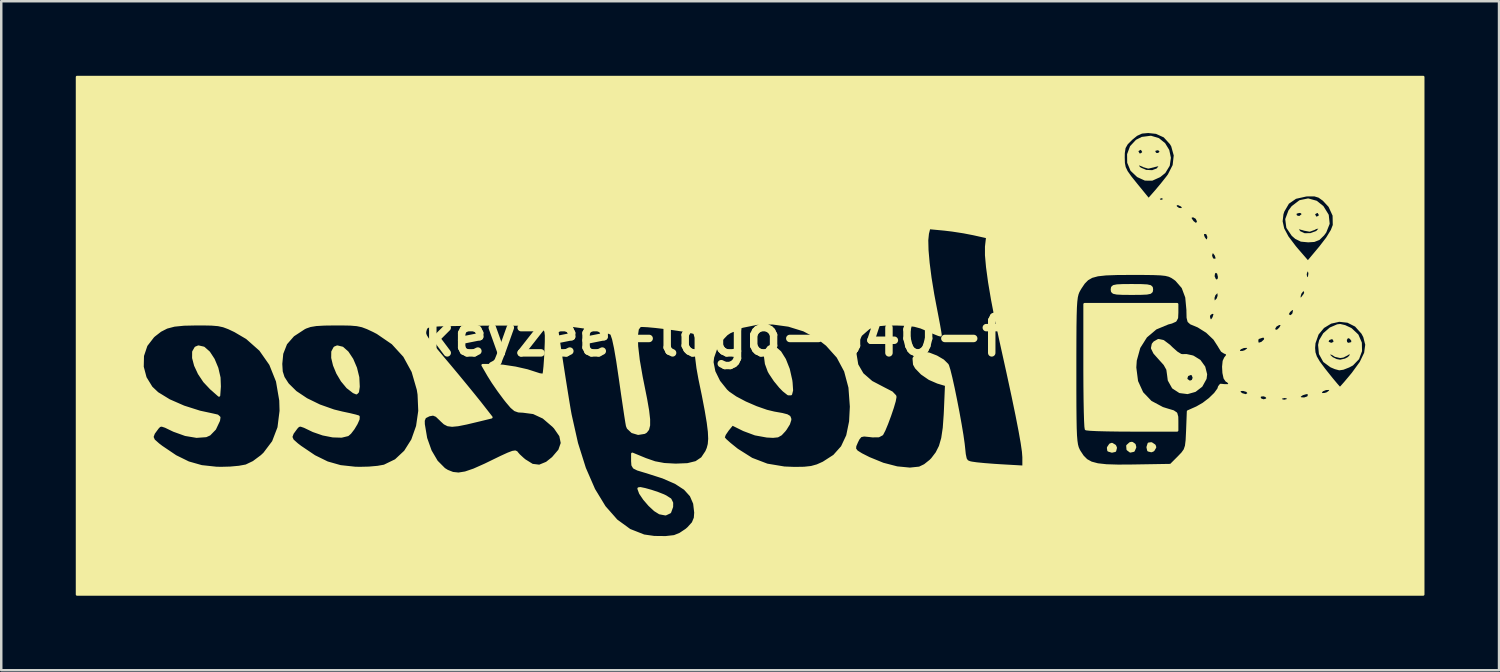
<source format=kicad_pcb>
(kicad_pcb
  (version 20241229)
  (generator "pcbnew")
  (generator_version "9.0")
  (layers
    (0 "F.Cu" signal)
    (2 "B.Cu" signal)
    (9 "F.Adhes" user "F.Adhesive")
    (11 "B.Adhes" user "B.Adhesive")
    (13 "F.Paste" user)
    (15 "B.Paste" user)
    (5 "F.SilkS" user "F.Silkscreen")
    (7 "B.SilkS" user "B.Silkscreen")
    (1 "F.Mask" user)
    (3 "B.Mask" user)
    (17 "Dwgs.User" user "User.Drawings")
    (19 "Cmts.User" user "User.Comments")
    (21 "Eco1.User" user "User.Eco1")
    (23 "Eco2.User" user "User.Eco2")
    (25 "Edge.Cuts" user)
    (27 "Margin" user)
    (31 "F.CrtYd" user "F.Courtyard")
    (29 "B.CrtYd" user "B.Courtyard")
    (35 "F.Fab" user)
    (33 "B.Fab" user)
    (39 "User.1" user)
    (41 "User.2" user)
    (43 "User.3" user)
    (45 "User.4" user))
  (footprint "keyzee-logo-640-flip"
    (layer "F.Cu")
    (at 27.143 10.464)
    (property "Reference" "keyzee-logo-640-flip" (at 0 0 0) (layer "F.SilkS") (effects (font (size 1.524 1.524) (thickness 0.3))))
    (attr through_hole)
    (fp_poly (pts (xy 14.716 4.508) (xy 14.686 4.629) (xy 14.563 4.657) (xy 14.424 4.614) (xy 14.409 4.508) (xy 14.493 4.383) (xy 14.563 4.36) (xy 14.682 4.431) (xy 14.716 4.508)) (stroke (width 0.1) (type solid)) (fill yes) (layer "F.SilkS"))
    (fp_poly (pts (xy 15.494 4.487) (xy 15.434 4.624) (xy 15.305 4.653) (xy 15.198 4.572) (xy 15.187 4.43) (xy 15.297 4.331) (xy 15.372 4.318) (xy 15.471 4.388) (xy 15.494 4.487)) (stroke (width 0.1) (type solid)) (fill yes) (layer "F.SilkS"))
    (fp_poly (pts (xy 16.298 4.487) (xy 16.228 4.607) (xy 16.15 4.641) (xy 16.03 4.611) (xy 16.002 4.487) (xy 16.045 4.348) (xy 16.15 4.334) (xy 16.276 4.418) (xy 16.298 4.487)) (stroke (width 0.1) (type solid)) (fill yes) (layer "F.SilkS"))
    (fp_poly (pts (xy -21.352 2.044) (xy -21.378 2.404) (xy -21.701 2.12) (xy -21.968 1.836) (xy -22.181 1.517) (xy -22.332 1.193) (xy -22.411 0.893) (xy -22.409 0.647) (xy -22.317 0.485) (xy -22.205 0.439) (xy -21.993 0.488) (xy -21.785 0.672) (xy -21.599 0.956) (xy -21.453 1.306) (xy -21.365 1.688) (xy -21.352 2.044)) (stroke (width 0.1) (type solid)) (fill yes) (layer "F.SilkS"))
    (fp_poly (pts (xy -15.762 2.043) (xy -15.764 2.067) (xy -15.792 2.257) (xy -15.848 2.311) (xy -15.959 2.265) (xy -16.207 2.073) (xy -16.428 1.808) (xy -16.61 1.501) (xy -16.741 1.184) (xy -16.812 0.888) (xy -16.809 0.644) (xy -16.723 0.483) (xy -16.617 0.439) (xy -16.411 0.489) (xy -16.206 0.672) (xy -16.02 0.954) (xy -15.872 1.3) (xy -15.78 1.675) (xy -15.762 2.043)) (stroke (width 0.1) (type solid)) (fill yes) (layer "F.SilkS"))
    (fp_poly (pts (xy -3.147 6.727) (xy -3.149 6.884) (xy -3.228 7.102) (xy -3.404 7.184) (xy -3.641 7.139) (xy -3.833 7.019) (xy -4.054 6.814) (xy -4.263 6.571) (xy -4.421 6.337) (xy -4.487 6.158) (xy -4.487 6.15) (xy -4.416 6.141) (xy -4.233 6.179) (xy -3.986 6.248) (xy -3.722 6.336) (xy -3.488 6.428) (xy -3.403 6.469) (xy -3.215 6.589) (xy -3.147 6.727)) (stroke (width 0.1) (type solid)) (fill yes) (layer "F.SilkS"))
    (fp_poly (pts (xy 1.68 2.197) (xy 1.641 2.348) (xy 1.534 2.348) (xy 1.349 2.202) (xy 1.214 2.065) (xy 0.996 1.8) (xy 0.801 1.508) (xy 0.754 1.424) (xy 0.644 1.125) (xy 0.606 0.834) (xy 0.639 0.596) (xy 0.742 0.455) (xy 0.789 0.438) (xy 1 0.479) (xy 1.207 0.661) (xy 1.394 0.96) (xy 1.547 1.347) (xy 1.648 1.796) (xy 1.66 1.891) (xy 1.68 2.197)) (stroke (width 0.1) (type solid)) (fill yes) (layer "F.SilkS"))
    (fp_poly (pts (xy 16.171 -1.863) (xy 16.159 -1.784) (xy 16.102 -1.734) (xy 15.968 -1.707) (xy 15.726 -1.696) (xy 15.367 -1.693) (xy 14.993 -1.696) (xy 14.757 -1.708) (xy 14.628 -1.736) (xy 14.573 -1.787) (xy 14.563 -1.863) (xy 14.575 -1.941) (xy 14.632 -1.991) (xy 14.766 -2.018) (xy 15.008 -2.03) (xy 15.367 -2.032) (xy 15.741 -2.029) (xy 15.977 -2.017) (xy 16.106 -1.989) (xy 16.161 -1.938) (xy 16.171 -1.863)) (stroke (width 0.1) (type solid)) (fill yes) (layer "F.SilkS"))
    (fp_poly (pts (xy 17.187 3.81) (xy 15.381 3.81) (xy 14.844 3.807) (xy 14.366 3.8) (xy 13.971 3.79) (xy 13.685 3.776) (xy 13.535 3.76) (xy 13.518 3.754) (xy 13.504 3.658) (xy 13.491 3.414) (xy 13.48 3.044) (xy 13.471 2.57) (xy 13.465 2.012) (xy 13.462 1.393) (xy 13.462 1.214) (xy 13.462 -1.27) (xy 15.325 -1.27) (xy 17.187 -1.27) (xy 17.187 -0.933) (xy 17.177 -0.722) (xy 17.117 -0.609) (xy 16.963 -0.54) (xy 16.817 -0.502) (xy 16.324 -0.297) (xy 15.933 0.034) (xy 15.657 0.471) (xy 15.513 0.993) (xy 15.494 1.28) (xy 15.566 1.838) (xy 15.777 2.301) (xy 16.122 2.662) (xy 16.596 2.916) (xy 16.794 2.978) (xy 17.03 3.048) (xy 17.146 3.127) (xy 17.184 3.267) (xy 17.187 3.447) (xy 17.187 3.81)) (stroke (width 0.1) (type solid)) (fill yes) (layer "F.SilkS"))
    (fp_poly (pts (xy 18.345 1.554) (xy 18.324 1.721) (xy 18.161 2.017) (xy 17.906 2.213) (xy 17.865 2.225) (xy 17.865 1.693) (xy 17.814 1.556) (xy 17.743 1.524) (xy 17.594 1.583) (xy 17.546 1.714) (xy 17.568 1.778) (xy 17.691 1.862) (xy 17.816 1.819) (xy 17.865 1.693) (xy 17.865 2.225) (xy 17.604 2.298) (xy 17.296 2.259) (xy 17.028 2.085) (xy 17.024 2.081) (xy 16.859 1.786) (xy 16.832 1.575) (xy 16.801 1.352) (xy 16.686 1.147) (xy 16.502 0.943) (xy 16.276 0.689) (xy 16.183 0.499) (xy 16.213 0.345) (xy 16.273 0.271) (xy 16.435 0.179) (xy 16.626 0.22) (xy 16.866 0.4) (xy 16.969 0.501) (xy 17.168 0.678) (xy 17.334 0.78) (xy 17.406 0.79) (xy 17.556 0.786) (xy 17.78 0.834) (xy 17.827 0.848) (xy 18.088 1.009) (xy 18.272 1.263) (xy 18.345 1.554)) (stroke (width 0.1) (type solid)) (fill yes) (layer "F.SilkS"))
    (fp_poly (pts (xy 16.886 -7.162) (xy 16.842 -6.86) (xy 16.674 -6.585) (xy 16.536 -6.473) (xy 16.536 -7.407) (xy 16.481 -7.491) (xy 16.404 -7.519) (xy 16.278 -7.486) (xy 16.256 -7.408) (xy 16.315 -7.313) (xy 16.434 -7.304) (xy 16.527 -7.381) (xy 16.536 -7.407) (xy 16.536 -6.473) (xy 16.505 -6.448) (xy 16.505 -6.836) (xy 16.458 -6.882) (xy 16.275 -6.839) (xy 16.254 -6.831) (xy 16.027 -6.778) (xy 15.847 -6.83) (xy 15.833 -6.839) (xy 15.833 -7.408) (xy 15.765 -7.521) (xy 15.706 -7.535) (xy 15.593 -7.468) (xy 15.579 -7.408) (xy 15.646 -7.296) (xy 15.706 -7.281) (xy 15.818 -7.349) (xy 15.833 -7.408) (xy 15.833 -6.839) (xy 15.823 -6.845) (xy 15.657 -6.911) (xy 15.586 -6.878) (xy 15.638 -6.777) (xy 15.701 -6.724) (xy 15.933 -6.626) (xy 16.189 -6.614) (xy 16.392 -6.691) (xy 16.408 -6.706) (xy 16.505 -6.836) (xy 16.505 -6.448) (xy 16.48 -6.428) (xy 16.176 -6.291) (xy 15.901 -6.294) (xy 15.607 -6.429) (xy 15.353 -6.67) (xy 15.227 -6.973) (xy 15.223 -7.299) (xy 15.336 -7.604) (xy 15.563 -7.847) (xy 15.78 -7.955) (xy 16.129 -8) (xy 16.429 -7.91) (xy 16.665 -7.719) (xy 16.823 -7.459) (xy 16.886 -7.162)) (stroke (width 0.1) (type solid)) (fill yes) (layer "F.SilkS"))
    (fp_poly (pts (xy 23.277 -4.514) (xy 23.145 -4.179) (xy 23.064 -4.07) (xy 22.945 -3.953) (xy 22.945 -4.868) (xy 22.877 -4.981) (xy 22.818 -4.995) (xy 22.705 -4.928) (xy 22.691 -4.868) (xy 22.758 -4.756) (xy 22.818 -4.741) (xy 22.93 -4.809) (xy 22.945 -4.868) (xy 22.945 -3.953) (xy 22.933 -3.942) (xy 22.933 -4.304) (xy 22.907 -4.368) (xy 22.776 -4.345) (xy 22.701 -4.305) (xy 22.52 -4.239) (xy 22.305 -4.278) (xy 22.269 -4.291) (xy 22.248 -4.297) (xy 22.248 -4.895) (xy 22.206 -4.975) (xy 22.105 -4.995) (xy 21.953 -4.954) (xy 21.944 -4.851) (xy 21.987 -4.796) (xy 22.113 -4.764) (xy 22.229 -4.853) (xy 22.248 -4.895) (xy 22.248 -4.297) (xy 22.075 -4.342) (xy 22.017 -4.303) (xy 22.102 -4.179) (xy 22.115 -4.166) (xy 22.306 -4.078) (xy 22.56 -4.08) (xy 22.799 -4.168) (xy 22.823 -4.184) (xy 22.933 -4.304) (xy 22.933 -3.942) (xy 22.89 -3.9) (xy 22.7 -3.825) (xy 22.465 -3.81) (xy 22.179 -3.837) (xy 21.969 -3.941) (xy 21.837 -4.057) (xy 21.631 -4.363) (xy 21.589 -4.689) (xy 21.713 -5.021) (xy 21.835 -5.183) (xy 22.133 -5.409) (xy 22.46 -5.477) (xy 22.785 -5.387) (xy 23.038 -5.183) (xy 23.241 -4.853) (xy 23.277 -4.514)) (stroke (width 0.1) (type solid)) (fill yes) (layer "F.SilkS"))
    (fp_poly (pts (xy 24.58 0.61) (xy 24.467 0.914) (xy 24.248 1.141) (xy 24.248 0.185) (xy 24.166 0.08) (xy 24.06 0.039) (xy 24.036 0.048) (xy 23.965 0.16) (xy 23.985 0.286) (xy 24.074 0.339) (xy 24.217 0.302) (xy 24.242 0.283) (xy 24.248 0.185) (xy 24.248 1.141) (xy 24.235 1.155) (xy 24.194 1.177) (xy 24.194 0.782) (xy 24.192 0.711) (xy 24.087 0.704) (xy 24.027 0.746) (xy 23.863 0.83) (xy 23.749 0.847) (xy 23.555 0.802) (xy 23.537 0.79) (xy 23.537 0.212) (xy 23.472 0.099) (xy 23.415 0.085) (xy 23.277 0.132) (xy 23.23 0.232) (xy 23.257 0.285) (xy 23.392 0.34) (xy 23.51 0.289) (xy 23.537 0.212) (xy 23.537 0.79) (xy 23.471 0.746) (xy 23.353 0.692) (xy 23.306 0.711) (xy 23.309 0.8) (xy 23.422 0.904) (xy 23.593 0.987) (xy 23.749 1.016) (xy 23.962 0.966) (xy 24.093 0.896) (xy 24.194 0.782) (xy 24.194 1.177) (xy 24.093 1.231) (xy 23.868 1.319) (xy 23.716 1.341) (xy 23.552 1.297) (xy 23.386 1.227) (xy 23.108 1.022) (xy 22.943 0.721) (xy 22.911 0.372) (xy 22.949 0.198) (xy 23.107 -0.069) (xy 23.358 -0.288) (xy 23.642 -0.411) (xy 23.749 -0.423) (xy 23.934 -0.38) (xy 24.16 -0.275) (xy 24.185 -0.26) (xy 24.441 -0.019) (xy 24.572 0.285) (xy 24.58 0.61)) (stroke (width 0.1) (type solid)) (fill yes) (layer "F.SilkS"))
    (fp_poly (pts (xy 27.093 10.414) (xy 24.809 10.414) (xy 24.809 0.358) (xy 24.726 0.035) (xy 24.648 -0.111) (xy 24.381 -0.41) (xy 24.058 -0.573) (xy 23.71 -0.612) (xy 23.502 -0.564) (xy 23.502 -4.45) (xy 23.494 -4.846) (xy 23.325 -5.215) (xy 23.086 -5.472) (xy 22.903 -5.603) (xy 22.721 -5.659) (xy 22.466 -5.66) (xy 22.376 -5.654) (xy 21.952 -5.559) (xy 21.649 -5.35) (xy 21.455 -5.017) (xy 21.417 -4.898) (xy 21.383 -4.605) (xy 21.448 -4.306) (xy 21.626 -3.971) (xy 21.926 -3.574) (xy 22.02 -3.463) (xy 22.451 -2.966) (xy 22.949 -3.561) (xy 23.227 -3.923) (xy 23.419 -4.236) (xy 23.502 -4.45) (xy 23.502 -0.564) (xy 23.369 -0.535) (xy 23.067 -0.352) (xy 22.836 -0.074) (xy 22.707 0.291) (xy 22.691 0.491) (xy 22.706 0.676) (xy 22.765 0.854) (xy 22.889 1.065) (xy 23.099 1.348) (xy 23.2 1.476) (xy 23.42 1.75) (xy 23.6 1.965) (xy 23.714 2.094) (xy 23.74 2.117) (xy 23.804 2.056) (xy 23.949 1.892) (xy 24.148 1.656) (xy 24.258 1.523) (xy 24.581 1.079) (xy 24.763 0.699) (xy 24.809 0.358) (xy 24.809 10.414) (xy 23.368 10.414) (xy 23.368 2.186) (xy 23.305 2.13) (xy 23.167 2.138) (xy 23.028 2.194) (xy 22.965 2.265) (xy 22.986 2.358) (xy 23.135 2.352) (xy 23.234 2.319) (xy 23.35 2.233) (xy 23.368 2.186) (xy 23.368 10.414) (xy 22.521 10.414) (xy 22.521 -2.503) (xy 22.494 -2.647) (xy 22.437 -2.667) (xy 22.366 -2.548) (xy 22.352 -2.45) (xy 22.388 -2.315) (xy 22.437 -2.286) (xy 22.5 -2.359) (xy 22.521 -2.503) (xy 22.521 10.414) (xy 22.506 10.414) (xy 22.506 2.336) (xy 22.494 2.315) (xy 22.383 2.299) (xy 22.352 2.309) (xy 22.352 -1.753) (xy 22.314 -1.848) (xy 22.23 -1.828) (xy 22.146 -1.72) (xy 22.111 -1.606) (xy 22.104 -1.469) (xy 22.162 -1.475) (xy 22.217 -1.517) (xy 22.329 -1.665) (xy 22.352 -1.753) (xy 22.352 2.309) (xy 22.226 2.347) (xy 22.112 2.426) (xy 22.098 2.461) (xy 22.164 2.526) (xy 22.306 2.535) (xy 22.444 2.488) (xy 22.482 2.45) (xy 22.506 2.336) (xy 22.506 10.414) (xy 21.904 10.414) (xy 21.904 -1.041) (xy 21.89 -1.083) (xy 21.801 -1.078) (xy 21.694 -0.988) (xy 21.632 -0.879) (xy 21.638 -0.837) (xy 21.746 -0.765) (xy 21.853 -0.846) (xy 21.879 -0.901) (xy 21.904 -1.041) (xy 21.904 10.414) (xy 21.675 10.414) (xy 21.675 2.54) (xy 21.604 2.471) (xy 21.505 2.455) (xy 21.407 2.481) (xy 21.407 -0.422) (xy 21.403 -0.47) (xy 21.29 -0.485) (xy 21.156 -0.412) (xy 21.083 -0.3) (xy 21.082 -0.287) (xy 21.127 -0.18) (xy 21.241 -0.206) (xy 21.338 -0.298) (xy 21.407 -0.422) (xy 21.407 2.481) (xy 21.368 2.491) (xy 21.336 2.54) (xy 21.407 2.609) (xy 21.505 2.625) (xy 21.643 2.589) (xy 21.675 2.54) (xy 21.675 10.414) (xy 20.836 10.414) (xy 20.836 2.498) (xy 20.763 2.418) (xy 20.743 2.412) (xy 20.743 0.109) (xy 20.689 0.021) (xy 20.609 0.033) (xy 20.474 0.078) (xy 20.44 0.085) (xy 20.409 0.154) (xy 20.405 0.212) (xy 20.421 0.319) (xy 20.504 0.324) (xy 20.609 0.287) (xy 20.726 0.177) (xy 20.743 0.109) (xy 20.743 2.412) (xy 20.662 2.386) (xy 20.515 2.406) (xy 20.5 2.505) (xy 20.549 2.571) (xy 20.672 2.611) (xy 20.797 2.569) (xy 20.836 2.498) (xy 20.836 10.414) (xy 20.066 10.414) (xy 20.066 2.291) (xy 20.066 0.493) (xy 20.003 0.437) (xy 19.865 0.444) (xy 19.726 0.501) (xy 19.663 0.572) (xy 19.684 0.665) (xy 19.833 0.659) (xy 19.932 0.626) (xy 20.048 0.54) (xy 20.066 0.493) (xy 20.066 2.291) (xy 19.997 2.214) (xy 19.849 2.17) (xy 19.714 2.179) (xy 19.683 2.204) (xy 19.709 2.297) (xy 19.787 2.358) (xy 19.96 2.406) (xy 20.058 2.34) (xy 20.066 2.291) (xy 20.066 10.414) (xy 19.308 10.414) (xy 19.308 1.925) (xy 19.226 1.831) (xy 19.177 1.809) (xy 19.104 1.702) (xy 19.059 1.493) (xy 19.046 1.246) (xy 19.068 1.024) (xy 19.128 0.894) (xy 19.135 0.889) (xy 19.216 0.782) (xy 19.17 0.692) (xy 19.103 0.677) (xy 18.993 0.607) (xy 18.886 0.435) (xy 18.881 0.423) (xy 18.881 -2.366) (xy 18.842 -2.528) (xy 18.796 -2.562) (xy 18.796 -3.083) (xy 18.77 -3.183) (xy 18.745 -3.253) (xy 18.653 -3.376) (xy 18.569 -3.346) (xy 18.542 -3.217) (xy 18.595 -3.079) (xy 18.669 -3.048) (xy 18.782 -3.067) (xy 18.796 -3.083) (xy 18.796 -2.562) (xy 18.754 -2.594) (xy 18.667 -2.537) (xy 18.644 -2.389) (xy 18.705 -2.249) (xy 18.793 -2.201) (xy 18.865 -2.272) (xy 18.881 -2.366) (xy 18.881 0.423) (xy 18.881 0.423) (xy 18.867 0.401) (xy 18.867 -1.604) (xy 18.856 -1.747) (xy 18.782 -1.76) (xy 18.682 -1.655) (xy 18.641 -1.529) (xy 18.652 -1.385) (xy 18.725 -1.373) (xy 18.826 -1.478) (xy 18.867 -1.604) (xy 18.867 0.401) (xy 18.706 0.152) (xy 18.706 -0.877) (xy 18.662 -0.927) (xy 18.584 -0.931) (xy 18.481 -0.861) (xy 18.457 -0.762) (xy 18.457 -3.979) (xy 18.404 -4.117) (xy 18.33 -4.149) (xy 18.223 -4.133) (xy 18.218 -4.049) (xy 18.255 -3.944) (xy 18.346 -3.821) (xy 18.43 -3.851) (xy 18.457 -3.979) (xy 18.457 -0.762) (xy 18.499 -0.616) (xy 18.588 -0.616) (xy 18.66 -0.727) (xy 18.706 -0.877) (xy 18.706 0.152) (xy 18.688 0.125) (xy 18.388 -0.16) (xy 18.038 -0.38) (xy 18.034 -0.382) (xy 18.034 -4.617) (xy 17.973 -4.743) (xy 17.843 -4.818) (xy 17.723 -4.798) (xy 17.722 -4.796) (xy 17.726 -4.703) (xy 17.812 -4.579) (xy 17.925 -4.494) (xy 17.96 -4.487) (xy 18.025 -4.556) (xy 18.034 -4.617) (xy 18.034 -0.382) (xy 17.913 -0.433) (xy 17.744 -0.502) (xy 17.653 -0.584) (xy 17.617 -0.73) (xy 17.611 -0.988) (xy 17.611 -1.036) (xy 17.563 -1.551) (xy 17.441 -1.877) (xy 17.441 -5.156) (xy 17.375 -5.242) (xy 17.239 -5.306) (xy 17.129 -5.303) (xy 17.124 -5.299) (xy 17.124 -5.204) (xy 17.142 -5.17) (xy 17.248 -5.095) (xy 17.376 -5.087) (xy 17.441 -5.152) (xy 17.441 -5.156) (xy 17.441 -1.877) (xy 17.415 -1.946) (xy 17.157 -2.244) (xy 17.101 -2.287) (xy 17.101 -7.259) (xy 16.996 -7.642) (xy 16.938 -7.741) (xy 16.679 -8.025) (xy 16.35 -8.175) (xy 16.022 -8.21) (xy 15.761 -8.186) (xy 15.548 -8.089) (xy 15.345 -7.923) (xy 15.158 -7.735) (xy 15.064 -7.57) (xy 15.031 -7.353) (xy 15.028 -7.175) (xy 15.035 -6.951) (xy 15.069 -6.775) (xy 15.151 -6.602) (xy 15.302 -6.388) (xy 15.534 -6.099) (xy 16.039 -5.481) (xy 16.328 -5.81) (xy 16.56 -6.086) (xy 16.793 -6.38) (xy 16.859 -6.469) (xy 17.055 -6.855) (xy 17.101 -7.259) (xy 17.101 -2.287) (xy 17.091 -2.295) (xy 16.98 -2.369) (xy 16.867 -2.422) (xy 16.723 -2.458) (xy 16.679 -2.463) (xy 16.679 -5.503) (xy 16.611 -5.578) (xy 16.552 -5.588) (xy 16.44 -5.542) (xy 16.425 -5.503) (xy 16.494 -5.428) (xy 16.552 -5.419) (xy 16.665 -5.464) (xy 16.679 -5.503) (xy 16.679 -2.463) (xy 16.52 -2.48) (xy 16.23 -2.492) (xy 15.824 -2.497) (xy 15.352 -2.498) (xy 14.765 -2.494) (xy 14.32 -2.478) (xy 13.991 -2.442) (xy 13.751 -2.377) (xy 13.572 -2.274) (xy 13.428 -2.127) (xy 13.293 -1.926) (xy 13.25 -1.854) (xy 13.205 -1.77) (xy 13.169 -1.674) (xy 13.14 -1.549) (xy 13.119 -1.376) (xy 13.103 -1.137) (xy 13.093 -0.814) (xy 13.086 -0.388) (xy 13.083 0.158) (xy 13.081 0.843) (xy 13.081 1.397) (xy 13.081 2.186) (xy 13.083 2.824) (xy 13.088 3.33) (xy 13.095 3.72) (xy 13.107 4.015) (xy 13.125 4.231) (xy 13.148 4.387) (xy 13.179 4.502) (xy 13.219 4.594) (xy 13.253 4.657) (xy 13.386 4.857) (xy 13.536 5.008) (xy 13.729 5.114) (xy 13.989 5.183) (xy 14.342 5.222) (xy 14.812 5.236) (xy 15.424 5.232) (xy 15.472 5.231) (xy 16.931 5.207) (xy 17.25 4.888) (xy 17.401 4.73) (xy 17.497 4.595) (xy 17.551 4.435) (xy 17.579 4.205) (xy 17.596 3.857) (xy 17.598 3.809) (xy 17.627 3.048) (xy 17.979 2.892) (xy 18.238 2.744) (xy 18.498 2.546) (xy 18.716 2.334) (xy 18.854 2.145) (xy 18.881 2.057) (xy 18.94 1.982) (xy 19.092 1.997) (xy 19.256 1.997) (xy 19.308 1.925) (xy 19.308 10.414) (xy 11.007 10.414) (xy 11.007 5.275) (xy 11.007 4.887) (xy 10.99 4.663) (xy 10.939 4.311) (xy 10.853 3.825) (xy 10.731 3.199) (xy 10.571 2.427) (xy 10.372 1.505) (xy 10.133 0.425) (xy 10.086 0.212) (xy 9.9 -0.653) (xy 9.747 -1.449) (xy 9.627 -2.159) (xy 9.545 -2.764) (xy 9.502 -3.244) (xy 9.502 -3.583) (xy 9.505 -3.611) (xy 9.546 -3.971) (xy 8.985 -4.096) (xy 8.587 -4.173) (xy 8.134 -4.243) (xy 7.815 -4.281) (xy 7.205 -4.339) (xy 7.148 -4.112) (xy 7.121 -3.846) (xy 7.131 -3.443) (xy 7.176 -2.929) (xy 7.253 -2.33) (xy 7.36 -1.673) (xy 7.444 -1.228) (xy 7.526 -0.803) (xy 7.594 -0.443) (xy 7.641 -0.177) (xy 7.662 -0.035) (xy 7.662 -0.02) (xy 7.584 -0.041) (xy 7.394 -0.117) (xy 7.146 -0.227) (xy 6.872 -0.341) (xy 6.619 -0.41) (xy 6.329 -0.446) (xy 5.941 -0.46) (xy 5.842 -0.461) (xy 5.426 -0.456) (xy 5.136 -0.431) (xy 4.929 -0.381) (xy 4.774 -0.306) (xy 4.458 -0.03) (xy 4.28 0.339) (xy 4.233 0.735) (xy 4.304 1.17) (xy 4.52 1.543) (xy 4.887 1.863) (xy 5.397 2.13) (xy 5.7 2.286) (xy 5.835 2.427) (xy 5.842 2.466) (xy 5.812 2.629) (xy 5.734 2.895) (xy 5.626 3.213) (xy 5.508 3.531) (xy 5.398 3.796) (xy 5.314 3.958) (xy 5.307 3.967) (xy 5.173 4.038) (xy 4.923 4.041) (xy 4.825 4.029) (xy 4.584 4.005) (xy 4.448 4.035) (xy 4.357 4.146) (xy 4.296 4.268) (xy 4.224 4.436) (xy 4.215 4.556) (xy 4.292 4.659) (xy 4.478 4.775) (xy 4.784 4.93) (xy 5.35 5.161) (xy 5.913 5.307) (xy 6.43 5.357) (xy 6.816 5.317) (xy 7.03 5.214) (xy 7.26 5.031) (xy 7.33 4.959) (xy 7.513 4.718) (xy 7.647 4.452) (xy 7.741 4.127) (xy 7.803 3.71) (xy 7.842 3.166) (xy 7.85 3.001) (xy 7.893 1.98) (xy 7.549 1.877) (xy 7.216 1.732) (xy 6.91 1.521) (xy 6.682 1.285) (xy 6.606 1.15) (xy 6.586 0.912) (xy 6.703 0.742) (xy 6.924 0.679) (xy 7.202 0.726) (xy 7.502 0.843) (xy 7.767 0.999) (xy 7.937 1.166) (xy 7.957 1.202) (xy 8.014 1.386) (xy 8.092 1.7) (xy 8.183 2.11) (xy 8.279 2.58) (xy 8.375 3.074) (xy 8.462 3.557) (xy 8.535 3.991) (xy 8.585 4.342) (xy 8.598 4.458) (xy 8.631 4.772) (xy 8.67 4.957) (xy 8.732 5.052) (xy 8.838 5.098) (xy 8.921 5.116) (xy 9.116 5.144) (xy 9.431 5.175) (xy 9.817 5.205) (xy 10.097 5.223) (xy 11.007 5.275) (xy 11.007 10.414) (xy 4.064 10.414) (xy 4.064 2.854) (xy 4.007 2.081) (xy 3.831 1.419) (xy 3.528 0.852) (xy 3.09 0.364) (xy 2.706 0.066) (xy 2.162 -0.224) (xy 1.549 -0.414) (xy 0.907 -0.502) (xy 0.273 -0.487) (xy -0.317 -0.368) (xy -0.823 -0.143) (xy -0.946 -0.06) (xy -1.179 0.185) (xy -1.376 0.52) (xy -1.499 0.871) (xy -1.522 1.064) (xy -1.448 1.444) (xy -1.252 1.842) (xy -0.964 2.202) (xy -0.867 2.291) (xy -0.583 2.486) (xy -0.193 2.692) (xy 0.243 2.881) (xy 0.666 3.029) (xy 0.96 3.1) (xy 1.288 3.158) (xy 1.482 3.208) (xy 1.577 3.265) (xy 1.607 3.343) (xy 1.609 3.382) (xy 1.556 3.547) (xy 1.426 3.756) (xy 1.382 3.813) (xy 1.24 3.966) (xy 1.108 4.041) (xy 0.922 4.06) (xy 0.674 4.047) (xy 0.205 3.962) (xy -0.254 3.791) (xy -0.263 3.787) (xy -0.718 3.562) (xy -0.906 3.792) (xy -1.026 3.968) (xy -1.072 4.096) (xy -1.071 4.106) (xy -0.996 4.195) (xy -0.82 4.352) (xy -0.577 4.548) (xy -0.522 4.591) (xy 0.062 4.96) (xy 0.682 5.197) (xy 1.378 5.313) (xy 1.783 5.329) (xy 2.175 5.323) (xy 2.46 5.292) (xy 2.701 5.225) (xy 2.949 5.114) (xy 3.383 4.834) (xy 3.702 4.477) (xy 3.916 4.022) (xy 4.033 3.453) (xy 4.064 2.854) (xy 4.064 10.414) (xy 0 10.414) (xy -1.638 10.414) (xy -1.638 4.147) (xy -1.651 3.863) (xy -1.697 3.491) (xy -1.777 3.011) (xy -1.893 2.405) (xy -2.032 1.736) (xy -2.111 1.296) (xy -2.165 0.864) (xy -2.187 0.505) (xy -2.185 0.403) (xy -2.186 0.074) (xy -2.232 -0.097) (xy -2.264 -0.123) (xy -2.431 -0.166) (xy -2.712 -0.217) (xy -3.064 -0.27) (xy -3.446 -0.321) (xy -3.816 -0.364) (xy -4.133 -0.393) (xy -4.355 -0.404) (xy -4.433 -0.397) (xy -4.528 -0.272) (xy -4.569 0.006) (xy -4.556 0.427) (xy -4.491 0.983) (xy -4.372 1.667) (xy -4.317 1.94) (xy -4.195 2.551) (xy -4.114 3.018) (xy -4.075 3.363) (xy -4.075 3.605) (xy -4.115 3.765) (xy -4.193 3.864) (xy -4.257 3.902) (xy -4.505 3.942) (xy -4.746 3.87) (xy -4.915 3.71) (xy -4.95 3.622) (xy -4.975 3.482) (xy -5.019 3.202) (xy -5.077 2.812) (xy -5.147 2.34) (xy -5.222 1.815) (xy -5.238 1.705) (xy -5.34 1.015) (xy -5.43 0.492) (xy -5.507 0.135) (xy -5.572 -0.057) (xy -5.598 -0.091) (xy -5.758 -0.154) (xy -6.024 -0.221) (xy -6.359 -0.287) (xy -6.726 -0.347) (xy -7.089 -0.396) (xy -7.41 -0.428) (xy -7.652 -0.438) (xy -7.779 -0.42) (xy -7.789 -0.406) (xy -7.777 -0.29) (xy -7.742 -0.038) (xy -7.689 0.319) (xy -7.624 0.751) (xy -7.551 1.227) (xy -7.475 1.716) (xy -7.4 2.187) (xy -7.332 2.609) (xy -7.275 2.952) (xy -7.235 3.175) (xy -6.976 4.33) (xy -6.659 5.336) (xy -6.287 6.191) (xy -5.861 6.891) (xy -5.381 7.436) (xy -4.85 7.823) (xy -4.276 8.049) (xy -3.862 8.108) (xy -3.4 8.113) (xy -3.052 8.074) (xy -2.821 7.981) (xy -2.569 7.814) (xy -2.491 7.746) (xy -2.301 7.537) (xy -2.217 7.335) (xy -2.201 7.119) (xy -2.244 6.748) (xy -2.381 6.432) (xy -2.628 6.159) (xy -2.999 5.918) (xy -3.508 5.696) (xy -4.171 5.483) (xy -4.255 5.459) (xy -4.525 5.377) (xy -4.671 5.304) (xy -4.73 5.206) (xy -4.741 5.05) (xy -4.741 5.038) (xy -4.741 4.753) (xy -4.212 4.971) (xy -3.835 5.102) (xy -3.459 5.172) (xy -3.002 5.197) (xy -2.992 5.197) (xy -2.518 5.178) (xy -2.175 5.094) (xy -1.931 4.929) (xy -1.757 4.668) (xy -1.699 4.532) (xy -1.655 4.364) (xy -1.638 4.147) (xy -1.638 10.414) (xy -7.572 10.414) (xy -7.572 4.32) (xy -7.633 4.022) (xy -7.856 3.7) (xy -7.921 3.631) (xy -8.317 3.291) (xy -8.721 3.103) (xy -9.141 3.048) (xy -9.323 3.038) (xy -9.464 2.988) (xy -9.605 2.869) (xy -9.788 2.654) (xy -9.885 2.531) (xy -10.124 2.209) (xy -10.357 1.871) (xy -10.527 1.6) (xy -10.767 1.185) (xy -10.394 1.185) (xy -9.949 1.214) (xy -9.447 1.29) (xy -8.971 1.398) (xy -8.689 1.489) (xy -8.475 1.558) (xy -8.335 1.577) (xy -8.315 1.57) (xy -8.293 1.472) (xy -8.268 1.241) (xy -8.245 0.917) (xy -8.23 0.644) (xy -8.215 0.249) (xy -8.213 -0.011) (xy -8.231 -0.169) (xy -8.274 -0.261) (xy -8.348 -0.32) (xy -8.389 -0.342) (xy -8.505 -0.383) (xy -8.691 -0.415) (xy -8.964 -0.438) (xy -9.338 -0.452) (xy -9.829 -0.459) (xy -10.452 -0.458) (xy -11.222 -0.45) (xy -11.611 -0.445) (xy -12.129 -0.436) (xy -12.502 -0.426) (xy -12.756 -0.411) (xy -12.915 -0.387) (xy -13.003 -0.35) (xy -13.047 -0.298) (xy -13.068 -0.234) (xy -13.087 -0.157) (xy -13.088 -0.086) (xy -13.058 -0.000098) (xy -12.983 0.121) (xy -12.851 0.297) (xy -12.646 0.55) (xy -12.355 0.898) (xy -12.103 1.197) (xy -11.77 1.596) (xy -11.433 2.005) (xy -11.127 2.38) (xy -10.888 2.677) (xy -10.854 2.72) (xy -10.415 3.282) (xy -10.943 3.411) (xy -11.417 3.524) (xy -11.757 3.592) (xy -11.997 3.615) (xy -12.167 3.593) (xy -12.299 3.525) (xy -12.424 3.41) (xy -12.446 3.387) (xy -12.621 3.22) (xy -12.757 3.164) (xy -12.918 3.193) (xy -12.931 3.198) (xy -13.092 3.279) (xy -13.146 3.412) (xy -13.143 3.565) (xy -13.048 4.127) (xy -12.867 4.637) (xy -12.617 5.062) (xy -12.315 5.366) (xy -12.19 5.444) (xy -11.969 5.531) (xy -11.737 5.556) (xy -11.463 5.512) (xy -11.117 5.394) (xy -10.67 5.195) (xy -10.44 5.083) (xy -10.029 4.883) (xy -9.745 4.753) (xy -9.561 4.683) (xy -9.454 4.667) (xy -9.399 4.695) (xy -9.384 4.72) (xy -9.306 4.809) (xy -9.145 4.957) (xy -9.074 5.016) (xy -8.77 5.205) (xy -8.483 5.24) (xy -8.187 5.119) (xy -7.938 4.921) (xy -7.674 4.612) (xy -7.572 4.32) (xy -7.572 10.414) (xy -13.308 10.414) (xy -13.308 3.026) (xy -13.336 2.365) (xy -13.367 2.168) (xy -13.578 1.439) (xy -13.917 0.819) (xy -14.389 0.303) (xy -14.998 -0.114) (xy -15.155 -0.196) (xy -15.405 -0.313) (xy -15.613 -0.391) (xy -15.826 -0.436) (xy -16.092 -0.458) (xy -16.458 -0.465) (xy -16.679 -0.465) (xy -17.139 -0.459) (xy -17.468 -0.44) (xy -17.704 -0.401) (xy -17.886 -0.338) (xy -17.949 -0.307) (xy -18.393 -0.016) (xy -18.684 0.316) (xy -18.841 0.716) (xy -18.881 1.132) (xy -18.862 1.445) (xy -18.787 1.681) (xy -18.624 1.934) (xy -18.602 1.962) (xy -18.294 2.266) (xy -17.857 2.558) (xy -17.332 2.814) (xy -16.761 3.016) (xy -16.427 3.098) (xy -16.122 3.163) (xy -15.888 3.219) (xy -15.77 3.254) (xy -15.764 3.258) (xy -15.769 3.358) (xy -15.848 3.536) (xy -15.969 3.738) (xy -16.101 3.91) (xy -16.195 3.992) (xy -16.447 4.053) (xy -16.798 4.042) (xy -17.193 3.965) (xy -17.582 3.83) (xy -17.685 3.781) (xy -17.94 3.658) (xy -18.09 3.607) (xy -18.181 3.624) (xy -18.257 3.701) (xy -18.258 3.702) (xy -18.419 3.921) (xy -18.475 4.075) (xy -18.416 4.209) (xy -18.233 4.372) (xy -18.099 4.474) (xy -17.539 4.852) (xy -17.02 5.107) (xy -16.492 5.257) (xy -15.901 5.321) (xy -15.715 5.326) (xy -15.344 5.317) (xy -14.994 5.286) (xy -14.735 5.24) (xy -14.72 5.236) (xy -14.264 5.015) (xy -13.885 4.66) (xy -13.592 4.196) (xy -13.397 3.643) (xy -13.308 3.026) (xy -13.308 10.414) (xy -18.891 10.414) (xy -18.891 3.024) (xy -18.903 2.604) (xy -19.036 1.829) (xy -19.308 1.149) (xy -19.715 0.568) (xy -20.254 0.091) (xy -20.737 -0.193) (xy -20.989 -0.312) (xy -21.198 -0.39) (xy -21.412 -0.436) (xy -21.677 -0.458) (xy -22.041 -0.465) (xy -22.267 -0.465) (xy -22.786 -0.454) (xy -23.177 -0.415) (xy -23.481 -0.335) (xy -23.737 -0.204) (xy -23.987 -0.01) (xy -24.032 0.031) (xy -24.306 0.386) (xy -24.447 0.805) (xy -24.457 1.252) (xy -24.341 1.69) (xy -24.1 2.083) (xy -23.856 2.313) (xy -23.383 2.603) (xy -22.796 2.86) (xy -22.151 3.065) (xy -21.649 3.173) (xy -21.443 3.22) (xy -21.368 3.288) (xy -21.386 3.412) (xy -21.545 3.748) (xy -21.761 3.97) (xy -21.902 4.033) (xy -22.28 4.06) (xy -22.73 3.985) (xy -23.195 3.818) (xy -23.279 3.778) (xy -23.532 3.656) (xy -23.681 3.607) (xy -23.771 3.625) (xy -23.846 3.702) (xy -24.007 3.921) (xy -24.063 4.075) (xy -24.004 4.209) (xy -23.821 4.372) (xy -23.687 4.474) (xy -23.127 4.852) (xy -22.608 5.107) (xy -22.08 5.257) (xy -21.489 5.321) (xy -21.303 5.326) (xy -20.928 5.316) (xy -20.57 5.283) (xy -20.301 5.234) (xy -20.287 5.231) (xy -19.988 5.088) (xy -19.663 4.846) (xy -19.551 4.741) (xy -19.195 4.269) (xy -18.975 3.696) (xy -18.891 3.024) (xy -18.891 10.414) (xy -27.093 10.414) (xy -27.093 0) (xy -27.093 -10.414) (xy 0 -10.414) (xy 27.093 -10.414) (xy 27.093 0) (xy 27.093 10.414)) (stroke (width 0.1) (type solid)) (fill yes) (layer "F.SilkS")))
  (gr_rect
    (start -3 -3)
    (end 57.287 23.928)
    (stroke (width 0.1) (type default))
    (fill no)
    (layer "Edge.Cuts")))
</source>
